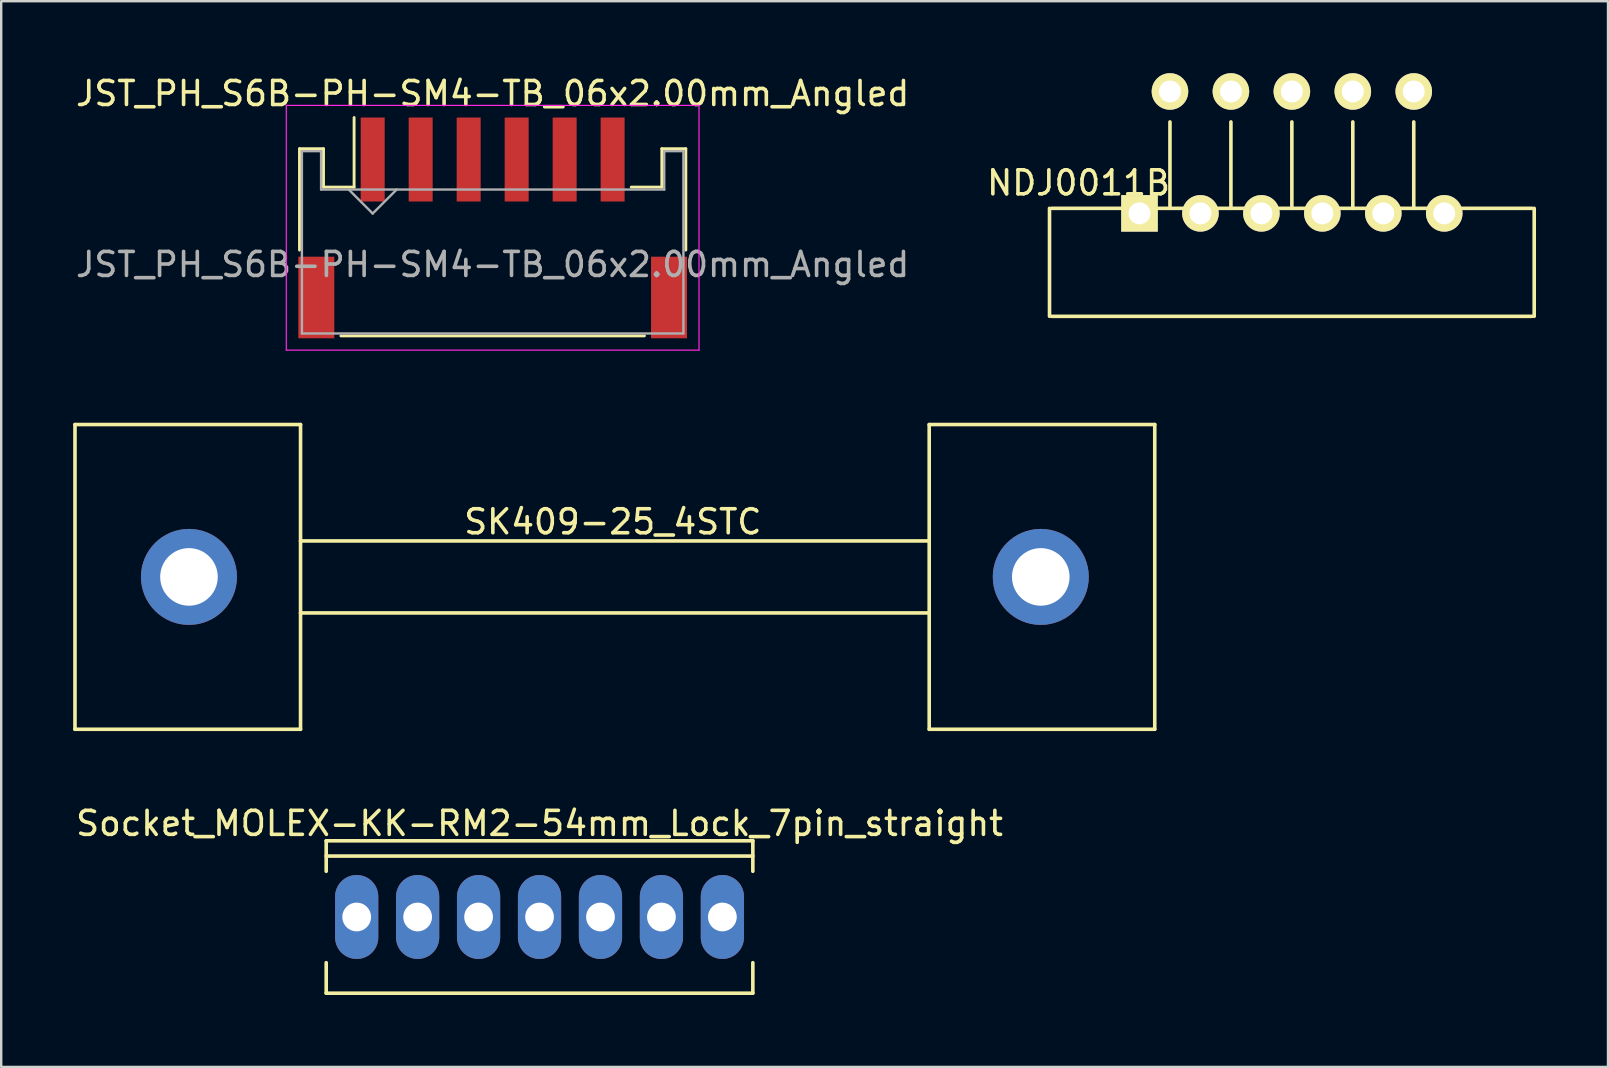
<source format=kicad_pcb>
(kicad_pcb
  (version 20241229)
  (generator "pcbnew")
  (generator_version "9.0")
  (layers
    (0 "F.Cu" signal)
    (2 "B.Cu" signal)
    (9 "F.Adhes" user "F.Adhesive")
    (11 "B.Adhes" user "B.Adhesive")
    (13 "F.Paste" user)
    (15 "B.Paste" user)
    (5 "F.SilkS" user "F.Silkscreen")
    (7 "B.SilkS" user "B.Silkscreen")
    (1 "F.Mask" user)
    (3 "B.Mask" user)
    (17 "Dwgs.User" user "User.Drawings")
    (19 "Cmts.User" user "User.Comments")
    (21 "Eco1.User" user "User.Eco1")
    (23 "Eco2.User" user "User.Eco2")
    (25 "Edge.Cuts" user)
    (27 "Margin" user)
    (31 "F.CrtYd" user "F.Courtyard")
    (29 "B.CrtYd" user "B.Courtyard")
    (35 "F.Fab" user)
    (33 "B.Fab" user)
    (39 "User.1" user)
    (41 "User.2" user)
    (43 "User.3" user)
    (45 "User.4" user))
  (footprint "NDJ0011B"
    (layer "F.Cu")
    (at 50.789 5.842)
    (property "Reference" "NDJ0011B" (at -8.89 -1.27 0) (layer "F.SilkS") (effects (font (size 1 1) (thickness 0.15))))
    (attr through_hole)
    (fp_line (start -10.1 4.29) (end -10.1 -0.21) (stroke (width 0.15) (type solid)) (layer "F.SilkS"))
    (fp_line (start -10.01 -0.21) (end 10.01 -0.21) (stroke (width 0.15) (type solid)) (layer "F.SilkS"))
    (fp_line (start -10.01 4.29) (end 10.01 4.29) (stroke (width 0.15) (type solid)) (layer "F.SilkS"))
    (fp_line (start -5.08 -3.81) (end -5.08 -0.21) (stroke (width 0.15) (type solid)) (layer "F.SilkS"))
    (fp_line (start -2.54 -3.81) (end -2.54 -0.21) (stroke (width 0.15) (type solid)) (layer "F.SilkS"))
    (fp_line (start 0 -3.81) (end 0 -0.21) (stroke (width 0.15) (type solid)) (layer "F.SilkS"))
    (fp_line (start 2.54 -3.81) (end 2.54 -0.21) (stroke (width 0.15) (type solid)) (layer "F.SilkS"))
    (fp_line (start 5.08 -3.81) (end 5.08 -0.21) (stroke (width 0.15) (type solid)) (layer "F.SilkS"))
    (fp_line (start 10.1 -0.21) (end 10.1 4.29) (stroke (width 0.15) (type solid)) (layer "F.SilkS"))
    (pad "1" thru_hole rect (at -6.35 0) (size 1.524 1.524) (drill 0.914) (layers "*.Cu" "*.Mask" "F.SilkS"))
    (pad "2" thru_hole circle (at -5.08 -5.08) (size 1.524 1.524) (drill 0.914) (layers "*.Cu" "*.Mask" "F.SilkS"))
    (pad "3" thru_hole circle (at -3.81 0) (size 1.524 1.524) (drill 0.914) (layers "*.Cu" "*.Mask" "F.SilkS"))
    (pad "4" thru_hole circle (at -2.54 -5.08) (size 1.524 1.524) (drill 0.914) (layers "*.Cu" "*.Mask" "F.SilkS"))
    (pad "5" thru_hole circle (at -1.27 0) (size 1.524 1.524) (drill 0.914) (layers "*.Cu" "*.Mask" "F.SilkS"))
    (pad "6" thru_hole circle (at 0 -5.08) (size 1.524 1.524) (drill 0.914) (layers "*.Cu" "*.Mask" "F.SilkS"))
    (pad "7" thru_hole circle (at 1.27 0) (size 1.524 1.524) (drill 0.914) (layers "*.Cu" "*.Mask" "F.SilkS"))
    (pad "8" thru_hole circle (at 2.54 -5.08) (size 1.524 1.524) (drill 0.914) (layers "*.Cu" "*.Mask" "F.SilkS"))
    (pad "9" thru_hole circle (at 3.81 0) (size 1.524 1.524) (drill 0.914) (layers "*.Cu" "*.Mask" "F.SilkS"))
    (pad "10" thru_hole circle (at 5.08 -5.08) (size 1.524 1.524) (drill 0.914) (layers "*.Cu" "*.Mask" "F.SilkS"))
    (pad "11" thru_hole circle (at 6.35 0) (size 1.524 1.524) (drill 0.914) (layers "*.Cu" "*.Mask" "F.SilkS")))
  (footprint "JST_PH_S6B-PH-SM4-TB_06x2.00mm_Angled"
    (layer "F.Cu")
    (at 17.482 6.473)
    (property "Reference" "JST_PH_S6B-PH-SM4-TB_06x2.00mm_Angled" (at 0 -5.625 0) (layer "F.SilkS") (effects (font (size 1 1) (thickness 0.15))))
    (attr smd)
    (fp_line (start -8.05 -3.325) (end -8.05 0.9) (stroke (width 0.12) (type solid)) (layer "F.SilkS"))
    (fp_line (start -7.05 -3.325) (end -8.05 -3.325) (stroke (width 0.12) (type solid)) (layer "F.SilkS"))
    (fp_line (start -7.05 -1.725) (end -7.05 -3.325) (stroke (width 0.12) (type solid)) (layer "F.SilkS"))
    (fp_line (start -6.325 4.475) (end 6.325 4.475) (stroke (width 0.12) (type solid)) (layer "F.SilkS"))
    (fp_line (start -5.775 -1.725) (end -7.05 -1.725) (stroke (width 0.12) (type solid)) (layer "F.SilkS"))
    (fp_line (start -5.775 -1.725) (end -5.775 -4.625) (stroke (width 0.12) (type solid)) (layer "F.SilkS"))
    (fp_line (start 7.05 -3.325) (end 7.05 -1.725) (stroke (width 0.12) (type solid)) (layer "F.SilkS"))
    (fp_line (start 7.05 -1.725) (end 5.775 -1.725) (stroke (width 0.12) (type solid)) (layer "F.SilkS"))
    (fp_line (start 8.05 -3.325) (end 7.05 -3.325) (stroke (width 0.12) (type solid)) (layer "F.SilkS"))
    (fp_line (start 8.05 0.9) (end 8.05 -3.325) (stroke (width 0.12) (type solid)) (layer "F.SilkS"))
    (fp_line (start -8.6 -5.13) (end -8.6 5.07) (stroke (width 0.05) (type solid)) (layer "F.CrtYd"))
    (fp_line (start -8.6 5.07) (end 8.6 5.07) (stroke (width 0.05) (type solid)) (layer "F.CrtYd"))
    (fp_line (start 8.6 -5.13) (end -8.6 -5.13) (stroke (width 0.05) (type solid)) (layer "F.CrtYd"))
    (fp_line (start 8.6 5.07) (end 8.6 -5.13) (stroke (width 0.05) (type solid)) (layer "F.CrtYd"))
    (fp_line (start -7.95 -3.225) (end -7.95 4.375) (stroke (width 0.1) (type solid)) (layer "F.Fab"))
    (fp_line (start -7.95 4.375) (end 7.95 4.375) (stroke (width 0.1) (type solid)) (layer "F.Fab"))
    (fp_line (start -7.15 -3.225) (end -7.95 -3.225) (stroke (width 0.1) (type solid)) (layer "F.Fab"))
    (fp_line (start -7.15 -1.625) (end -7.15 -3.225) (stroke (width 0.1) (type solid)) (layer "F.Fab"))
    (fp_line (start -6 -1.625) (end -5 -0.625) (stroke (width 0.1) (type solid)) (layer "F.Fab"))
    (fp_line (start -5 -0.625) (end -4 -1.625) (stroke (width 0.1) (type solid)) (layer "F.Fab"))
    (fp_line (start 7.15 -3.225) (end 7.15 -1.625) (stroke (width 0.1) (type solid)) (layer "F.Fab"))
    (fp_line (start 7.15 -1.625) (end -7.15 -1.625) (stroke (width 0.1) (type solid)) (layer "F.Fab"))
    (fp_line (start 7.95 -3.225) (end 7.15 -3.225) (stroke (width 0.1) (type solid)) (layer "F.Fab"))
    (fp_line (start 7.95 4.375) (end 7.95 -3.225) (stroke (width 0.1) (type solid)) (layer "F.Fab"))
    (fp_text user "${REFERENCE}" (at 0 1.5 0) (layer "F.Fab") (effects (font (size 1 1) (thickness 0.15))))
    (pad "" smd rect (at -7.35 2.875) (size 1.5 3.4) (layers "F.Cu" "F.Mask" "F.Paste"))
    (pad "" smd rect (at 7.35 2.875) (size 1.5 3.4) (layers "F.Cu" "F.Mask" "F.Paste"))
    (pad "1" smd rect (at -5 -2.875) (size 1 3.5) (layers "F.Cu" "F.Mask" "F.Paste"))
    (pad "2" smd rect (at -3 -2.875) (size 1 3.5) (layers "F.Cu" "F.Mask" "F.Paste"))
    (pad "3" smd rect (at -1 -2.875) (size 1 3.5) (layers "F.Cu" "F.Mask" "F.Paste"))
    (pad "4" smd rect (at 1 -2.875) (size 1 3.5) (layers "F.Cu" "F.Mask" "F.Paste"))
    (pad "5" smd rect (at 3 -2.875) (size 1 3.5) (layers "F.Cu" "F.Mask" "F.Paste"))
    (pad "6" smd rect (at 5 -2.875) (size 1 3.5) (layers "F.Cu" "F.Mask" "F.Paste")))
  (footprint "Socket_MOLEX-KK-RM2-54mm_Lock_7pin_straight"
    (layer "F.Cu")
    (at 19.435 35.166)
    (property "Reference" "Socket_MOLEX-KK-RM2-54mm_Lock_7pin_straight" (at 0 -3.9 0) (layer "F.SilkS") (effects (font (size 1 1) (thickness 0.15))))
    (attr through_hole)
    (fp_line (start -8.89 -3.175) (end 8.89 -3.175) (stroke (width 0.15) (type solid)) (layer "F.SilkS"))
    (fp_line (start -8.89 -1.905) (end -8.89 -3.175) (stroke (width 0.15) (type solid)) (layer "F.SilkS"))
    (fp_line (start -8.89 3.175) (end -8.89 1.905) (stroke (width 0.15) (type solid)) (layer "F.SilkS"))
    (fp_line (start 8.89 -2.54) (end -8.89 -2.54) (stroke (width 0.15) (type solid)) (layer "F.SilkS"))
    (fp_line (start 8.89 -1.905) (end 8.89 -3.175) (stroke (width 0.15) (type solid)) (layer "F.SilkS"))
    (fp_line (start 8.89 3.175) (end -8.89 3.175) (stroke (width 0.15) (type solid)) (layer "F.SilkS"))
    (fp_line (start 8.89 3.175) (end 8.89 1.905) (stroke (width 0.15) (type solid)) (layer "F.SilkS"))
    (pad "1" thru_hole oval (at -7.62 0) (size 1.801 3.5) (drill 1.199) (layers "*.Cu" "*.Mask"))
    (pad "2" thru_hole oval (at -5.08 0) (size 1.801 3.5) (drill 1.199) (layers "*.Cu" "*.Mask"))
    (pad "3" thru_hole oval (at -2.54 0) (size 1.801 3.5) (drill 1.199) (layers "*.Cu" "*.Mask"))
    (pad "4" thru_hole oval (at 0 0) (size 1.801 3.5) (drill 1.199) (layers "*.Cu" "*.Mask"))
    (pad "5" thru_hole oval (at 2.54 0) (size 1.801 3.5) (drill 1.199) (layers "*.Cu" "*.Mask"))
    (pad "6" thru_hole oval (at 5.08 0) (size 1.801 3.5) (drill 1.199) (layers "*.Cu" "*.Mask"))
    (pad "7" thru_hole oval (at 7.62 0) (size 1.801 3.5) (drill 1.199) (layers "*.Cu" "*.Mask")))
  (footprint "SK409-25_4STC"
    (layer "F.Cu")
    (at 22.575 20.993)
    (property "Reference" "SK409-25_4STC" (at -0.085 -2.296 0) (layer "F.SilkS") (effects (font (size 1 1) (thickness 0.15))))
    (attr through_hole)
    (fp_line (start -22.5 -6.35) (end -22.5 6.35) (stroke (width 0.15) (type solid)) (layer "F.SilkS"))
    (fp_line (start -22.5 -6.35) (end -13.1 -6.35) (stroke (width 0.15) (type solid)) (layer "F.SilkS"))
    (fp_line (start -22.5 6.35) (end -13.1 6.35) (stroke (width 0.15) (type solid)) (layer "F.SilkS"))
    (fp_line (start -13.1 -6.35) (end -13.1 6.35) (stroke (width 0.15) (type solid)) (layer "F.SilkS"))
    (fp_line (start -13.1 -1.5) (end 13.1 -1.5) (stroke (width 0.15) (type solid)) (layer "F.SilkS"))
    (fp_line (start -13.1 1.5) (end 13.1 1.5) (stroke (width 0.15) (type solid)) (layer "F.SilkS"))
    (fp_line (start 13.1 -6.35) (end 13.1 6.35) (stroke (width 0.15) (type solid)) (layer "F.SilkS"))
    (fp_line (start 22.5 -6.35) (end 13.1 -6.35) (stroke (width 0.15) (type solid)) (layer "F.SilkS"))
    (fp_line (start 22.5 -6.35) (end 22.5 6.35) (stroke (width 0.15) (type solid)) (layer "F.SilkS"))
    (fp_line (start 22.5 6.35) (end 13.1 6.35) (stroke (width 0.15) (type solid)) (layer "F.SilkS"))
    (pad "1" thru_hole oval (at -17.75 0) (size 4 4) (drill 2.4) (layers "*.Cu" "*.Mask"))
    (pad "1" thru_hole oval (at 17.75 0) (size 4 4) (drill 2.4) (layers "*.Cu" "*.Mask")))
  (gr_rect
    (start -3 -3)
    (end 63.964 41.416)
    (stroke (width 0.1) (type default))
    (fill no)
    (layer "Edge.Cuts")))
</source>
